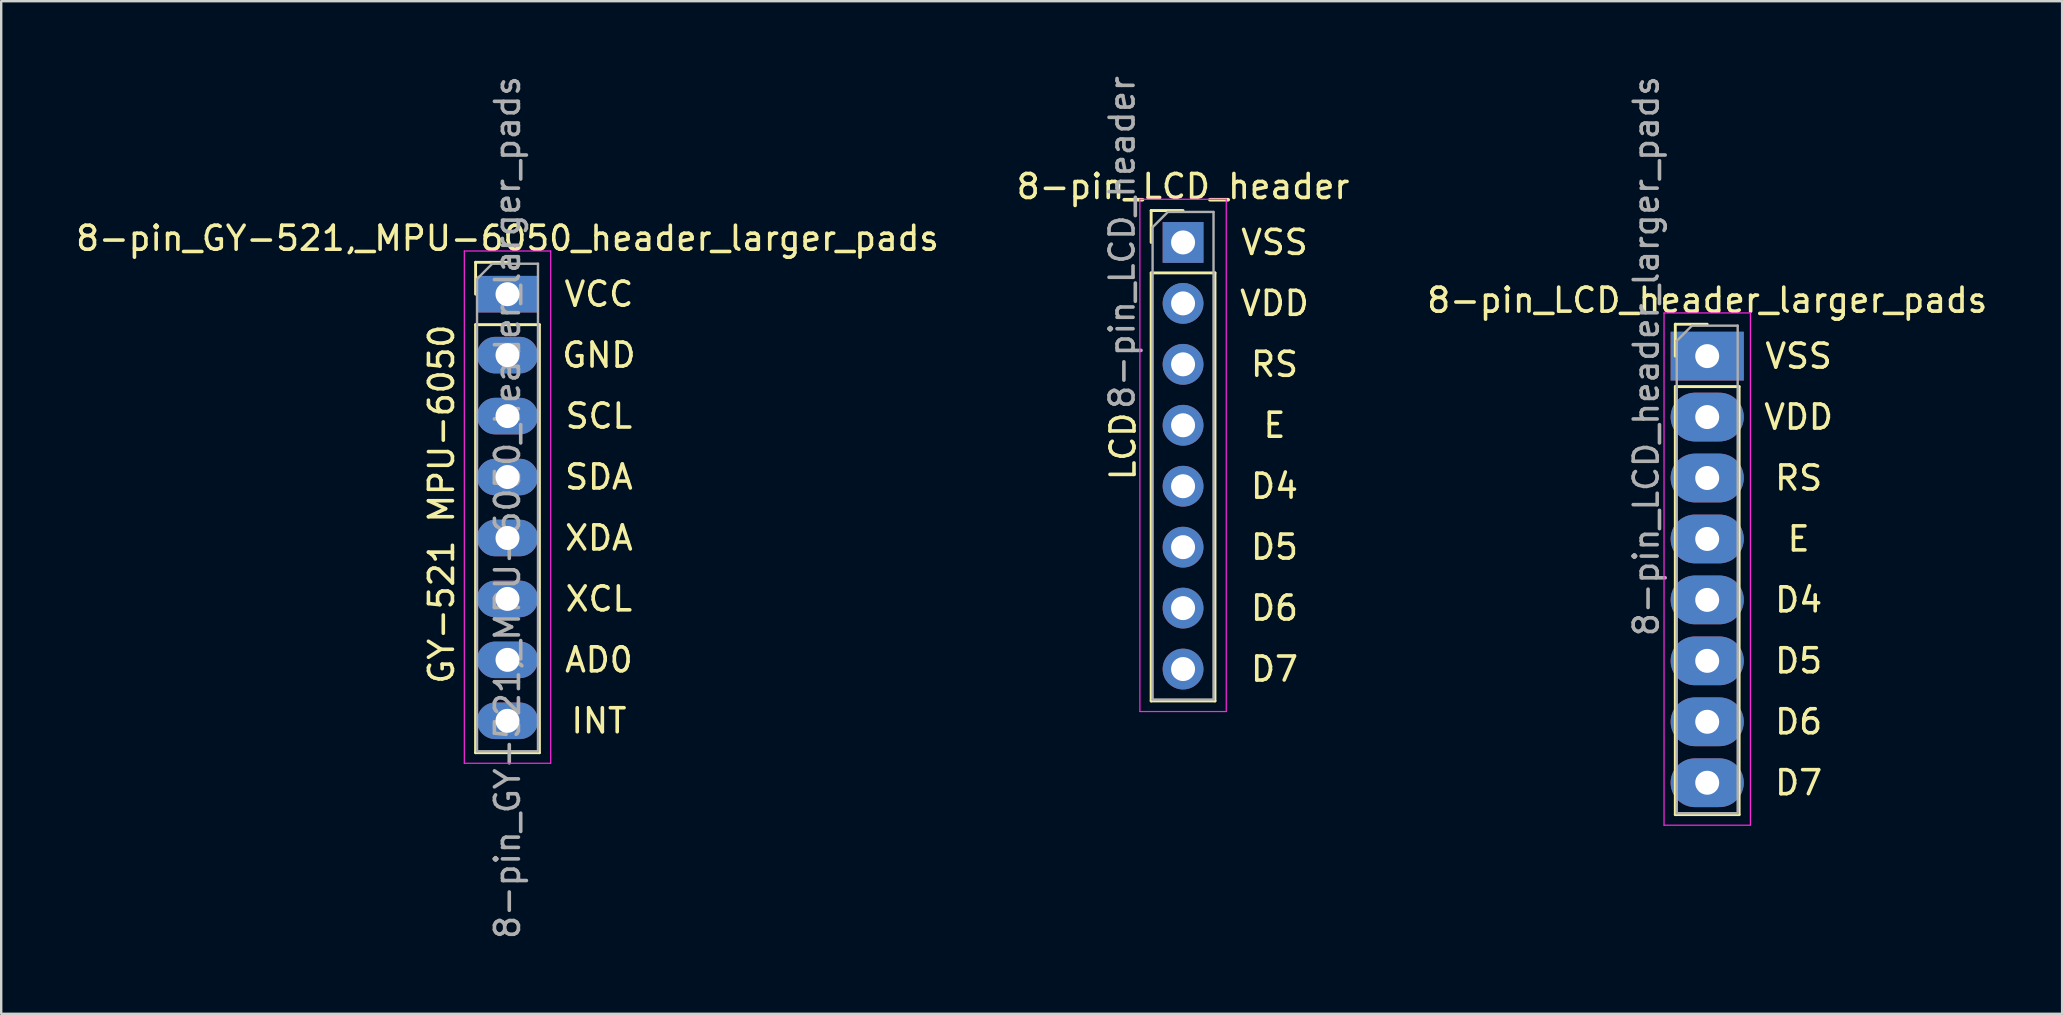
<source format=kicad_pcb>
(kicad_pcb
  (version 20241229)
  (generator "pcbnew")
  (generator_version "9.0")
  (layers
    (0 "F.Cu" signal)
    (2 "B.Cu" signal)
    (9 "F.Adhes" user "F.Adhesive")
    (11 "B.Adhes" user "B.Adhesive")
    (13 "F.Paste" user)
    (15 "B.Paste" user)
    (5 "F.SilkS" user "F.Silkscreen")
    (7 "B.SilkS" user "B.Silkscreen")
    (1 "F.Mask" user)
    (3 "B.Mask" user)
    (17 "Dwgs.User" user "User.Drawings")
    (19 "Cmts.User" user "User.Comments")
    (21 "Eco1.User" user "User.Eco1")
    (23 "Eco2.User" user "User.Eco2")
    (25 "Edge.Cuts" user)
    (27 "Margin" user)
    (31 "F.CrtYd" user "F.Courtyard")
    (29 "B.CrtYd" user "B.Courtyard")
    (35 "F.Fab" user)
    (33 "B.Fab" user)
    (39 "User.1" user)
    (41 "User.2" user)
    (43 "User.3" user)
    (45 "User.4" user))
  (footprint "8-pin_LCD_header_larger_pads"
    (layer "F.Cu")
    (at 68.101 11.792)
    (property "Reference" "8-pin_LCD_header_larger_pads" (at 0 -2.33 0) (layer "F.SilkS") (effects (font (size 1 1) (thickness 0.15))))
    (attr through_hole)
    (fp_line (start -1.33 -1.33) (end 0 -1.33) (stroke (width 0.12) (type solid)) (layer "F.SilkS"))
    (fp_line (start -1.33 0) (end -1.33 -1.33) (stroke (width 0.12) (type solid)) (layer "F.SilkS"))
    (fp_line (start -1.33 1.27) (end -1.33 19.11) (stroke (width 0.12) (type solid)) (layer "F.SilkS"))
    (fp_line (start -1.33 1.27) (end 1.33 1.27) (stroke (width 0.12) (type solid)) (layer "F.SilkS"))
    (fp_line (start -1.33 19.11) (end 1.33 19.11) (stroke (width 0.12) (type solid)) (layer "F.SilkS"))
    (fp_line (start 1.33 1.27) (end 1.33 19.11) (stroke (width 0.12) (type solid)) (layer "F.SilkS"))
    (fp_line (start -1.8 -1.8) (end -1.8 19.55) (stroke (width 0.05) (type solid)) (layer "F.CrtYd"))
    (fp_line (start -1.8 19.55) (end 1.8 19.55) (stroke (width 0.05) (type solid)) (layer "F.CrtYd"))
    (fp_line (start 1.8 -1.8) (end -1.8 -1.8) (stroke (width 0.05) (type solid)) (layer "F.CrtYd"))
    (fp_line (start 1.8 19.55) (end 1.8 -1.8) (stroke (width 0.05) (type solid)) (layer "F.CrtYd"))
    (fp_line (start -1.27 -0.635) (end -0.635 -1.27) (stroke (width 0.1) (type solid)) (layer "F.Fab"))
    (fp_line (start -1.27 19.05) (end -1.27 -0.635) (stroke (width 0.1) (type solid)) (layer "F.Fab"))
    (fp_line (start -0.635 -1.27) (end 1.27 -1.27) (stroke (width 0.1) (type solid)) (layer "F.Fab"))
    (fp_line (start 1.27 -1.27) (end 1.27 19.05) (stroke (width 0.1) (type solid)) (layer "F.Fab"))
    (fp_line (start 1.27 19.05) (end -1.27 19.05) (stroke (width 0.1) (type solid)) (layer "F.Fab"))
    (fp_text user "D5" (at 3.81 12.7 0) (layer "F.SilkS") (effects (font (size 1 1) (thickness 0.15))))
    (fp_text user "D4" (at 3.81 10.16 0) (layer "F.SilkS") (effects (font (size 1 1) (thickness 0.15))))
    (fp_text user "D6" (at 3.81 15.24 0) (layer "F.SilkS") (effects (font (size 1 1) (thickness 0.15))))
    (fp_text user "E" (at 3.81 7.62 0) (layer "F.SilkS") (effects (font (size 1 1) (thickness 0.15))))
    (fp_text user "RS" (at 3.81 5.08 0) (layer "F.SilkS") (effects (font (size 1 1) (thickness 0.15))))
    (fp_text user "VSS" (at 3.81 0 0) (layer "F.SilkS") (effects (font (size 1 1) (thickness 0.15))))
    (fp_text user "D7" (at 3.81 17.78 0) (layer "F.SilkS") (effects (font (size 1 1) (thickness 0.15))))
    (fp_text user "VDD" (at 3.81 2.54 0) (layer "F.SilkS") (effects (font (size 1 1) (thickness 0.15))))
    (fp_text user "${REFERENCE}" (at -2.54 0 90) (layer "F.Fab") (effects (font (size 1 1) (thickness 0.15))))
    (pad "1" thru_hole rect (at 0 0) (size 3.048 2.032) (drill 1) (layers "*.Cu" "*.Mask"))
    (pad "2" thru_hole oval (at 0 2.54) (size 3.048 2.032) (drill 1) (layers "*.Cu" "*.Mask"))
    (pad "3" thru_hole oval (at 0 5.08) (size 3.048 2.032) (drill 1) (layers "*.Cu" "*.Mask"))
    (pad "4" thru_hole oval (at 0 7.62) (size 3.048 2.032) (drill 1) (layers "*.Cu" "*.Mask"))
    (pad "5" thru_hole oval (at 0 10.16) (size 3.048 2.032) (drill 1) (layers "*.Cu" "*.Mask"))
    (pad "6" thru_hole oval (at 0 12.7) (size 3.048 2.032) (drill 1) (layers "*.Cu" "*.Mask"))
    (pad "7" thru_hole oval (at 0 15.24) (size 3.048 2.032) (drill 1) (layers "*.Cu" "*.Mask"))
    (pad "8" thru_hole oval (at 0 17.78) (size 3.048 2.032) (drill 1) (layers "*.Cu" "*.Mask")))
  (footprint "8-pin_GY-521,_MPU-6050_header_larger_pads"
    (layer "F.Cu")
    (at 18.101 9.211)
    (property "Reference" "8-pin_GY-521,_MPU-6050_header_larger_pads" (at 0 -2.33 0) (layer "F.SilkS") (effects (font (size 1 1) (thickness 0.15))))
    (attr through_hole)
    (fp_line (start -1.33 -1.33) (end 0 -1.33) (stroke (width 0.12) (type solid)) (layer "F.SilkS"))
    (fp_line (start -1.33 0) (end -1.33 -1.33) (stroke (width 0.12) (type solid)) (layer "F.SilkS"))
    (fp_line (start -1.33 1.27) (end -1.33 19.11) (stroke (width 0.12) (type solid)) (layer "F.SilkS"))
    (fp_line (start -1.33 1.27) (end 1.33 1.27) (stroke (width 0.12) (type solid)) (layer "F.SilkS"))
    (fp_line (start -1.33 19.11) (end 1.33 19.11) (stroke (width 0.12) (type solid)) (layer "F.SilkS"))
    (fp_line (start 1.33 1.27) (end 1.33 19.11) (stroke (width 0.12) (type solid)) (layer "F.SilkS"))
    (fp_line (start -1.8 -1.8) (end -1.8 19.55) (stroke (width 0.05) (type solid)) (layer "F.CrtYd"))
    (fp_line (start -1.8 19.55) (end 1.8 19.55) (stroke (width 0.05) (type solid)) (layer "F.CrtYd"))
    (fp_line (start 1.8 -1.8) (end -1.8 -1.8) (stroke (width 0.05) (type solid)) (layer "F.CrtYd"))
    (fp_line (start 1.8 19.55) (end 1.8 -1.8) (stroke (width 0.05) (type solid)) (layer "F.CrtYd"))
    (fp_line (start -1.27 -0.635) (end -0.635 -1.27) (stroke (width 0.1) (type solid)) (layer "F.Fab"))
    (fp_line (start -1.27 19.05) (end -1.27 -0.635) (stroke (width 0.1) (type solid)) (layer "F.Fab"))
    (fp_line (start -0.635 -1.27) (end 1.27 -1.27) (stroke (width 0.1) (type solid)) (layer "F.Fab"))
    (fp_line (start 1.27 -1.27) (end 1.27 19.05) (stroke (width 0.1) (type solid)) (layer "F.Fab"))
    (fp_line (start 1.27 19.05) (end -1.27 19.05) (stroke (width 0.1) (type solid)) (layer "F.Fab"))
    (fp_text user "SDA" (at 3.81 7.62 0) (layer "F.SilkS") (effects (font (size 1 1) (thickness 0.15))))
    (fp_text user "XDA" (at 3.81 10.16 0) (layer "F.SilkS") (effects (font (size 1 1) (thickness 0.15))))
    (fp_text user "AD0" (at 3.81 15.24 0) (layer "F.SilkS") (effects (font (size 1 1) (thickness 0.15))))
    (fp_text user "SCL" (at 3.81 5.08 0) (layer "F.SilkS") (effects (font (size 1 1) (thickness 0.15))))
    (fp_text user "GY-521 MPU-6050" (at -2.75 8.75 90) (layer "F.SilkS") (effects (font (size 1 1) (thickness 0.15))))
    (fp_text user "INT" (at 3.81 17.78 0) (layer "F.SilkS") (effects (font (size 1 1) (thickness 0.15))))
    (fp_text user "XCL" (at 3.81 12.7 0) (layer "F.SilkS") (effects (font (size 1 1) (thickness 0.15))))
    (fp_text user "VCC" (at 3.81 0 0) (layer "F.SilkS") (effects (font (size 1 1) (thickness 0.15))))
    (fp_text user "GND" (at 3.81 2.54 0) (layer "F.SilkS") (effects (font (size 1 1) (thickness 0.15))))
    (fp_text user "${REFERENCE}" (at 0 8.89 90) (layer "F.Fab") (effects (font (size 1 1) (thickness 0.15))))
    (pad "1" thru_hole rect (at 0 0) (size 2.54 1.524) (drill 1) (layers "*.Cu" "*.Mask"))
    (pad "2" thru_hole oval (at 0 2.54) (size 2.54 1.524) (drill 1) (layers "*.Cu" "*.Mask"))
    (pad "3" thru_hole oval (at 0 5.08) (size 2.54 1.524) (drill 1) (layers "*.Cu" "*.Mask"))
    (pad "4" thru_hole oval (at 0 7.62) (size 2.54 1.524) (drill 1) (layers "*.Cu" "*.Mask"))
    (pad "5" thru_hole oval (at 0 10.16) (size 2.54 1.524) (drill 1) (layers "*.Cu" "*.Mask"))
    (pad "6" thru_hole oval (at 0 12.7) (size 2.54 1.524) (drill 1) (layers "*.Cu" "*.Mask"))
    (pad "7" thru_hole oval (at 0 15.24) (size 2.54 1.524) (drill 1) (layers "*.Cu" "*.Mask"))
    (pad "8" thru_hole oval (at 0 17.78) (size 2.54 1.524) (drill 1) (layers "*.Cu" "*.Mask")))
  (footprint "8-pin_LCD_header"
    (layer "F.Cu")
    (at 46.256 7.054)
    (property "Reference" "8-pin_LCD_header" (at 0 -2.33 0) (layer "F.SilkS") (effects (font (size 1 1) (thickness 0.15))))
    (attr through_hole)
    (fp_line (start -1.33 -1.33) (end 0 -1.33) (stroke (width 0.12) (type solid)) (layer "F.SilkS"))
    (fp_line (start -1.33 0) (end -1.33 -1.33) (stroke (width 0.12) (type solid)) (layer "F.SilkS"))
    (fp_line (start -1.33 1.27) (end -1.33 19.11) (stroke (width 0.12) (type solid)) (layer "F.SilkS"))
    (fp_line (start -1.33 1.27) (end 1.33 1.27) (stroke (width 0.12) (type solid)) (layer "F.SilkS"))
    (fp_line (start -1.33 19.11) (end 1.33 19.11) (stroke (width 0.12) (type solid)) (layer "F.SilkS"))
    (fp_line (start 1.33 1.27) (end 1.33 19.11) (stroke (width 0.12) (type solid)) (layer "F.SilkS"))
    (fp_line (start -1.8 -1.8) (end -1.8 19.55) (stroke (width 0.05) (type solid)) (layer "F.CrtYd"))
    (fp_line (start -1.8 19.55) (end 1.8 19.55) (stroke (width 0.05) (type solid)) (layer "F.CrtYd"))
    (fp_line (start 1.8 -1.8) (end -1.8 -1.8) (stroke (width 0.05) (type solid)) (layer "F.CrtYd"))
    (fp_line (start 1.8 19.55) (end 1.8 -1.8) (stroke (width 0.05) (type solid)) (layer "F.CrtYd"))
    (fp_line (start -1.27 -0.635) (end -0.635 -1.27) (stroke (width 0.1) (type solid)) (layer "F.Fab"))
    (fp_line (start -1.27 19.05) (end -1.27 -0.635) (stroke (width 0.1) (type solid)) (layer "F.Fab"))
    (fp_line (start -0.635 -1.27) (end 1.27 -1.27) (stroke (width 0.1) (type solid)) (layer "F.Fab"))
    (fp_line (start 1.27 -1.27) (end 1.27 19.05) (stroke (width 0.1) (type solid)) (layer "F.Fab"))
    (fp_line (start 1.27 19.05) (end -1.27 19.05) (stroke (width 0.1) (type solid)) (layer "F.Fab"))
    (fp_text user "VDD" (at 3.81 2.54 0) (layer "F.SilkS") (effects (font (size 1 1) (thickness 0.15))))
    (fp_text user "D5" (at 3.81 12.7 0) (layer "F.SilkS") (effects (font (size 1 1) (thickness 0.15))))
    (fp_text user "D6" (at 3.81 15.24 0) (layer "F.SilkS") (effects (font (size 1 1) (thickness 0.15))))
    (fp_text user "VSS" (at 3.81 0 0) (layer "F.SilkS") (effects (font (size 1 1) (thickness 0.15))))
    (fp_text user "RS" (at 3.81 5.08 0) (layer "F.SilkS") (effects (font (size 1 1) (thickness 0.15))))
    (fp_text user "D7" (at 3.81 17.78 0) (layer "F.SilkS") (effects (font (size 1 1) (thickness 0.15))))
    (fp_text user "LCD" (at -2.5 8.5 90) (layer "F.SilkS") (effects (font (size 1 1) (thickness 0.15))))
    (fp_text user "D4" (at 3.81 10.16 0) (layer "F.SilkS") (effects (font (size 1 1) (thickness 0.15))))
    (fp_text user "E" (at 3.81 7.62 0) (layer "F.SilkS") (effects (font (size 1 1) (thickness 0.15))))
    (fp_text user "${REFERENCE}" (at -2.54 0 90) (layer "F.Fab") (effects (font (size 1 1) (thickness 0.15))))
    (pad "1" thru_hole rect (at 0 0) (size 1.7 1.7) (drill 1) (layers "*.Cu" "*.Mask"))
    (pad "2" thru_hole oval (at 0 2.54) (size 1.7 1.7) (drill 1) (layers "*.Cu" "*.Mask"))
    (pad "3" thru_hole oval (at 0 5.08) (size 1.7 1.7) (drill 1) (layers "*.Cu" "*.Mask"))
    (pad "4" thru_hole oval (at 0 7.62) (size 1.7 1.7) (drill 1) (layers "*.Cu" "*.Mask"))
    (pad "5" thru_hole oval (at 0 10.16) (size 1.7 1.7) (drill 1) (layers "*.Cu" "*.Mask"))
    (pad "6" thru_hole oval (at 0 12.7) (size 1.7 1.7) (drill 1) (layers "*.Cu" "*.Mask"))
    (pad "7" thru_hole oval (at 0 15.24) (size 1.7 1.7) (drill 1) (layers "*.Cu" "*.Mask"))
    (pad "8" thru_hole oval (at 0 17.78) (size 1.7 1.7) (drill 1) (layers "*.Cu" "*.Mask")))
  (gr_rect
    (start -3 -3)
    (end 82.893 39.202)
    (stroke (width 0.1) (type default))
    (fill no)
    (layer "Edge.Cuts")))
</source>
